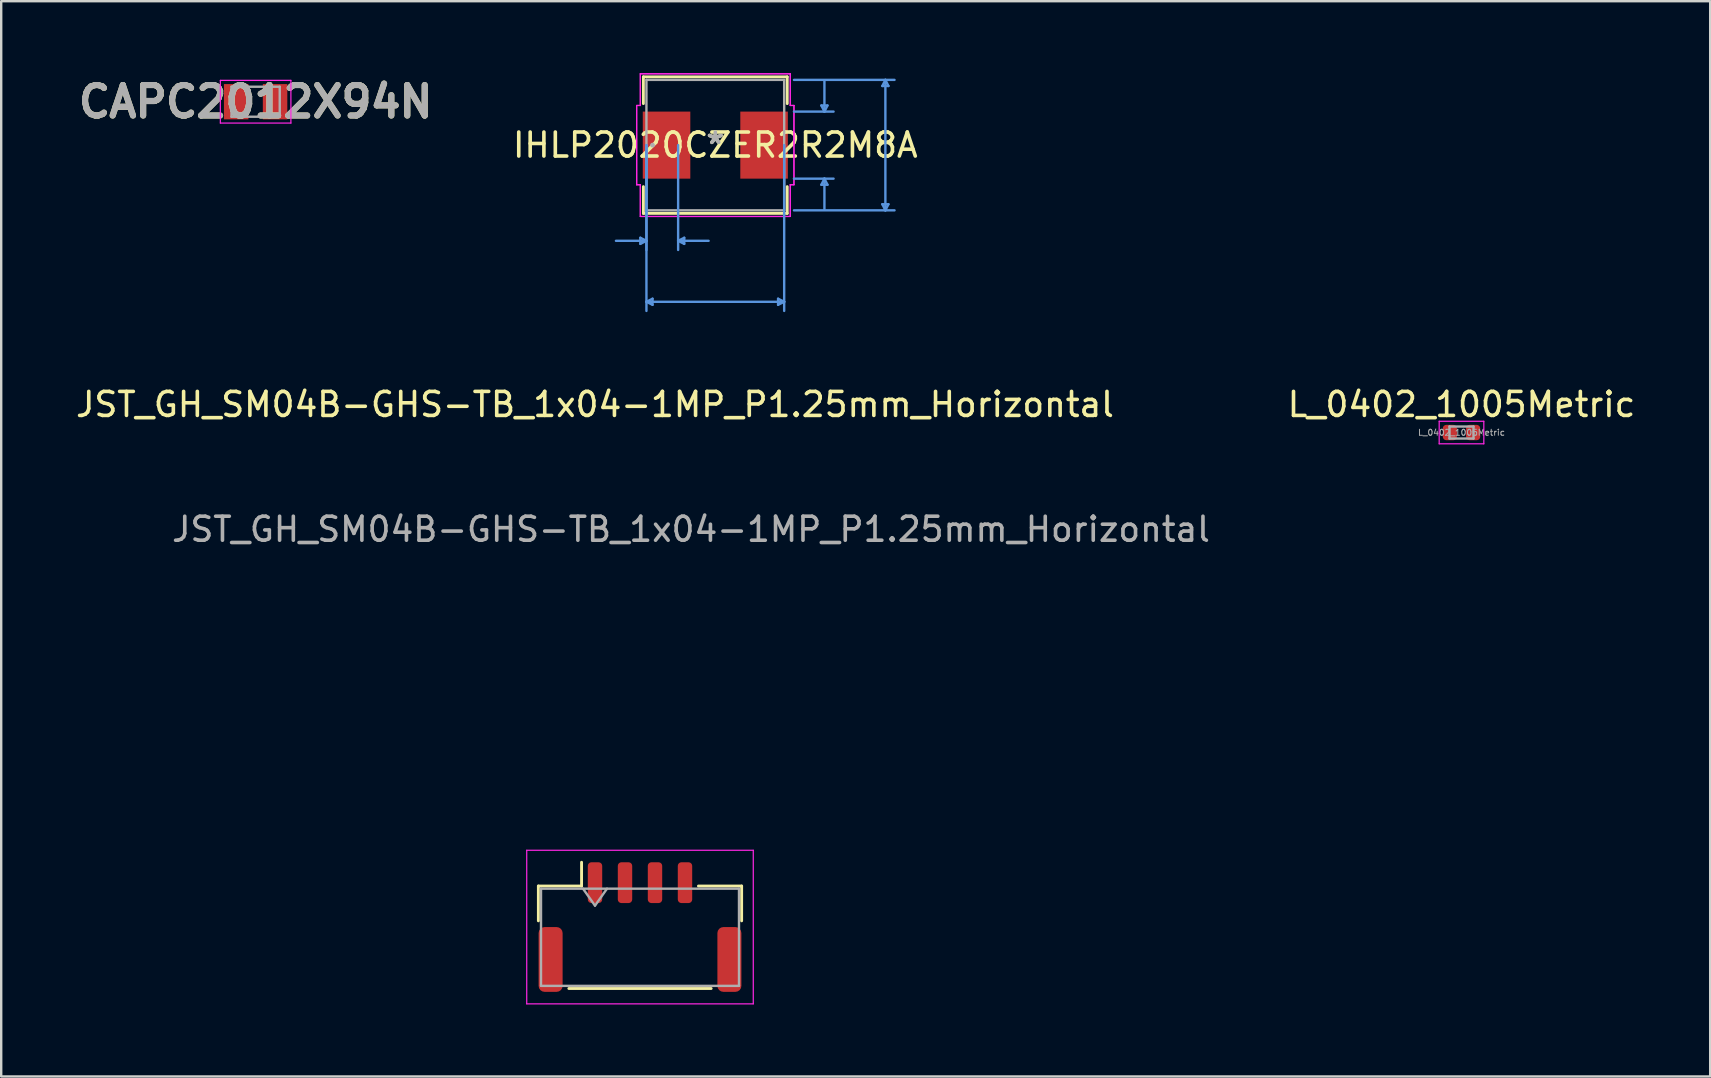
<source format=kicad_pcb>
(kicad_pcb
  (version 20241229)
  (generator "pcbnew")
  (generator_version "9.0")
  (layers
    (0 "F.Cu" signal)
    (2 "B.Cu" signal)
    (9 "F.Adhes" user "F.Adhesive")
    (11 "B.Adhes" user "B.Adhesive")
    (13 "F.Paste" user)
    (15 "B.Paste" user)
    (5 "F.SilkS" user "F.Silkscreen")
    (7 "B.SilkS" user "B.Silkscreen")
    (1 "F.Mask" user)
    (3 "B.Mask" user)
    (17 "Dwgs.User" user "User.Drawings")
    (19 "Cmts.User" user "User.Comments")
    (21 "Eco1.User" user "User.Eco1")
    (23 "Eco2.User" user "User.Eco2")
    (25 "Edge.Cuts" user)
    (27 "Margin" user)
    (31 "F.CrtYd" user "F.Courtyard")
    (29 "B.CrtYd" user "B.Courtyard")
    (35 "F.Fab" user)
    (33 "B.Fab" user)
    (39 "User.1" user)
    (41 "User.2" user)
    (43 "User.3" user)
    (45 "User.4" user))
  (footprint "JST_GH_SM04B-GHS-TB_1x04-1MP_P1.25mm_Horizontal"
    (layer "F.Cu")
    (at 23.619 35.581)
    (property "Reference" "JST_GH_SM04B-GHS-TB_1x04-1MP_P1.25mm_Horizontal" (at -1.875 -21.777 0) (layer "F.SilkS") (effects (font (size 1 1) (thickness 0.15))))
    (attr smd)
    (fp_line (start -4.235 -1.71) (end -2.435 -1.71) (stroke (width 0.12) (type solid)) (layer "F.SilkS"))
    (fp_line (start -4.235 -0.26) (end -4.235 -1.71) (stroke (width 0.12) (type solid)) (layer "F.SilkS"))
    (fp_line (start -2.965 2.56) (end 2.965 2.56) (stroke (width 0.12) (type solid)) (layer "F.SilkS"))
    (fp_line (start -2.435 -1.71) (end -2.435 -2.7) (stroke (width 0.12) (type solid)) (layer "F.SilkS"))
    (fp_line (start 4.235 -1.71) (end 2.435 -1.71) (stroke (width 0.12) (type solid)) (layer "F.SilkS"))
    (fp_line (start 4.235 -0.26) (end 4.235 -1.71) (stroke (width 0.12) (type solid)) (layer "F.SilkS"))
    (fp_line (start -4.72 -3.2) (end -4.72 3.2) (stroke (width 0.05) (type solid)) (layer "F.CrtYd"))
    (fp_line (start -4.72 3.2) (end 4.72 3.2) (stroke (width 0.05) (type solid)) (layer "F.CrtYd"))
    (fp_line (start 4.72 -3.2) (end -4.72 -3.2) (stroke (width 0.05) (type solid)) (layer "F.CrtYd"))
    (fp_line (start 4.72 3.2) (end 4.72 -3.2) (stroke (width 0.05) (type solid)) (layer "F.CrtYd"))
    (fp_line (start -4.125 -1.6) (end -4.125 2.45) (stroke (width 0.1) (type solid)) (layer "F.Fab"))
    (fp_line (start -4.125 -1.6) (end 4.125 -1.6) (stroke (width 0.1) (type solid)) (layer "F.Fab"))
    (fp_line (start -4.125 2.45) (end 4.125 2.45) (stroke (width 0.1) (type solid)) (layer "F.Fab"))
    (fp_line (start -2.375 -1.6) (end -1.875 -0.893) (stroke (width 0.1) (type solid)) (layer "F.Fab"))
    (fp_line (start -1.875 -0.893) (end -1.375 -1.6) (stroke (width 0.1) (type solid)) (layer "F.Fab"))
    (fp_line (start 4.125 -1.6) (end 4.125 2.45) (stroke (width 0.1) (type solid)) (layer "F.Fab"))
    (fp_text user "${REFERENCE}" (at 2.125 -16.575 0) (layer "F.Fab") (effects (font (size 1 1) (thickness 0.15))))
    (pad "1" smd roundrect (at -1.875 -1.85 180) (size 0.6 1.7) (layers "F.Cu" "F.Mask" "F.Paste") (roundrect_rratio 0.25))
    (pad "2" smd roundrect (at -0.625 -1.85 180) (size 0.6 1.7) (layers "F.Cu" "F.Mask" "F.Paste") (roundrect_rratio 0.25))
    (pad "3" smd roundrect (at 0.625 -1.85 180) (size 0.6 1.7) (layers "F.Cu" "F.Mask" "F.Paste") (roundrect_rratio 0.25))
    (pad "4" smd roundrect (at 1.875 -1.85 180) (size 0.6 1.7) (layers "F.Cu" "F.Mask" "F.Paste") (roundrect_rratio 0.25))
    (pad "MP" smd roundrect (at -3.725 1.35 180) (size 1 2.7) (layers "F.Cu" "F.Mask" "F.Paste") (roundrect_rratio 0.25))
    (pad "MP" smd roundrect (at 3.725 1.35 180) (size 1 2.7) (layers "F.Cu" "F.Mask" "F.Paste") (roundrect_rratio 0.25)))
  (footprint "IHLP2020CZER2R2M8A"
    (layer "F.Cu")
    (at 26.757 2.997)
    (property "Reference" "IHLP2020CZER2R2M8A" (at 0 0 180) (layer "F.SilkS") (effects (font (size 1 1) (thickness 0.15))))
    (attr through_hole)
    (fp_line (start -2.997 -2.845) (end -2.997 -1.73) (stroke (width 0.12) (type solid)) (layer "F.SilkS"))
    (fp_line (start -2.997 1.73) (end -2.997 2.845) (stroke (width 0.12) (type solid)) (layer "F.SilkS"))
    (fp_line (start -2.997 2.845) (end 2.997 2.845) (stroke (width 0.12) (type solid)) (layer "F.SilkS"))
    (fp_line (start 2.997 -2.845) (end -2.997 -2.845) (stroke (width 0.12) (type solid)) (layer "F.SilkS"))
    (fp_line (start 2.997 -1.73) (end 2.997 -2.845) (stroke (width 0.12) (type solid)) (layer "F.SilkS"))
    (fp_line (start 2.997 2.845) (end 2.997 1.73) (stroke (width 0.12) (type solid)) (layer "F.SilkS"))
    (fp_line (start -3.124 3.861) (end -3.124 4.115) (stroke (width 0.1) (type solid)) (layer "Cmts.User"))
    (fp_line (start -2.87 0) (end -2.87 4.369) (stroke (width 0.1) (type solid)) (layer "Cmts.User"))
    (fp_line (start -2.87 0) (end -2.87 6.909) (stroke (width 0.1) (type solid)) (layer "Cmts.User"))
    (fp_line (start -2.87 3.988) (end -4.14 3.988) (stroke (width 0.1) (type solid)) (layer "Cmts.User"))
    (fp_line (start -2.87 3.988) (end -3.124 3.861) (stroke (width 0.1) (type solid)) (layer "Cmts.User"))
    (fp_line (start -2.87 3.988) (end -3.124 4.115) (stroke (width 0.1) (type solid)) (layer "Cmts.User"))
    (fp_line (start -2.87 6.528) (end -2.616 6.401) (stroke (width 0.1) (type solid)) (layer "Cmts.User"))
    (fp_line (start -2.87 6.528) (end -2.616 6.655) (stroke (width 0.1) (type solid)) (layer "Cmts.User"))
    (fp_line (start -2.87 6.528) (end 2.87 6.528) (stroke (width 0.1) (type solid)) (layer "Cmts.User"))
    (fp_line (start -2.616 6.401) (end -2.616 6.655) (stroke (width 0.1) (type solid)) (layer "Cmts.User"))
    (fp_line (start -1.549 0) (end -1.549 4.369) (stroke (width 0.1) (type solid)) (layer "Cmts.User"))
    (fp_line (start -1.549 3.988) (end -1.295 3.861) (stroke (width 0.1) (type solid)) (layer "Cmts.User"))
    (fp_line (start -1.549 3.988) (end -1.295 4.115) (stroke (width 0.1) (type solid)) (layer "Cmts.User"))
    (fp_line (start -1.549 3.988) (end -0.279 3.988) (stroke (width 0.1) (type solid)) (layer "Cmts.User"))
    (fp_line (start -1.295 3.861) (end -1.295 4.115) (stroke (width 0.1) (type solid)) (layer "Cmts.User"))
    (fp_line (start 2.616 6.401) (end 2.616 6.655) (stroke (width 0.1) (type solid)) (layer "Cmts.User"))
    (fp_line (start 2.87 0) (end 2.87 6.909) (stroke (width 0.1) (type solid)) (layer "Cmts.User"))
    (fp_line (start 2.87 6.528) (end 2.616 6.401) (stroke (width 0.1) (type solid)) (layer "Cmts.User"))
    (fp_line (start 2.87 6.528) (end 2.616 6.655) (stroke (width 0.1) (type solid)) (layer "Cmts.User"))
    (fp_line (start 3.277 -2.718) (end 7.468 -2.718) (stroke (width 0.1) (type solid)) (layer "Cmts.User"))
    (fp_line (start 3.277 -1.397) (end 4.928 -1.397) (stroke (width 0.1) (type solid)) (layer "Cmts.User"))
    (fp_line (start 3.277 1.397) (end 4.928 1.397) (stroke (width 0.1) (type solid)) (layer "Cmts.User"))
    (fp_line (start 3.277 2.718) (end 7.468 2.718) (stroke (width 0.1) (type solid)) (layer "Cmts.User"))
    (fp_line (start 4.42 -1.651) (end 4.674 -1.651) (stroke (width 0.1) (type solid)) (layer "Cmts.User"))
    (fp_line (start 4.42 1.651) (end 4.674 1.651) (stroke (width 0.1) (type solid)) (layer "Cmts.User"))
    (fp_line (start 4.547 -1.397) (end 4.42 -1.651) (stroke (width 0.1) (type solid)) (layer "Cmts.User"))
    (fp_line (start 4.547 -1.397) (end 4.547 -2.667) (stroke (width 0.1) (type solid)) (layer "Cmts.User"))
    (fp_line (start 4.547 -1.397) (end 4.674 -1.651) (stroke (width 0.1) (type solid)) (layer "Cmts.User"))
    (fp_line (start 4.547 1.397) (end 4.42 1.651) (stroke (width 0.1) (type solid)) (layer "Cmts.User"))
    (fp_line (start 4.547 1.397) (end 4.547 2.667) (stroke (width 0.1) (type solid)) (layer "Cmts.User"))
    (fp_line (start 4.547 1.397) (end 4.674 1.651) (stroke (width 0.1) (type solid)) (layer "Cmts.User"))
    (fp_line (start 6.96 -2.464) (end 7.214 -2.464) (stroke (width 0.1) (type solid)) (layer "Cmts.User"))
    (fp_line (start 6.96 2.464) (end 7.214 2.464) (stroke (width 0.1) (type solid)) (layer "Cmts.User"))
    (fp_line (start 7.087 -2.718) (end 6.96 -2.464) (stroke (width 0.1) (type solid)) (layer "Cmts.User"))
    (fp_line (start 7.087 -2.718) (end 7.087 2.718) (stroke (width 0.1) (type solid)) (layer "Cmts.User"))
    (fp_line (start 7.087 -2.718) (end 7.214 -2.464) (stroke (width 0.1) (type solid)) (layer "Cmts.User"))
    (fp_line (start 7.087 2.718) (end 6.96 2.464) (stroke (width 0.1) (type solid)) (layer "Cmts.User"))
    (fp_line (start 7.087 2.718) (end 7.214 2.464) (stroke (width 0.1) (type solid)) (layer "Cmts.User"))
    (fp_line (start -3.277 -1.651) (end -3.124 -1.651) (stroke (width 0.05) (type solid)) (layer "F.CrtYd"))
    (fp_line (start -3.277 -1.651) (end -3.124 -1.651) (stroke (width 0.05) (type solid)) (layer "F.CrtYd"))
    (fp_line (start -3.277 1.651) (end -3.277 -1.651) (stroke (width 0.05) (type solid)) (layer "F.CrtYd"))
    (fp_line (start -3.277 1.651) (end -3.277 -1.651) (stroke (width 0.05) (type solid)) (layer "F.CrtYd"))
    (fp_line (start -3.124 -2.972) (end 3.124 -2.972) (stroke (width 0.05) (type solid)) (layer "F.CrtYd"))
    (fp_line (start -3.124 -2.972) (end 3.124 -2.972) (stroke (width 0.05) (type solid)) (layer "F.CrtYd"))
    (fp_line (start -3.124 -1.651) (end -3.124 -2.972) (stroke (width 0.05) (type solid)) (layer "F.CrtYd"))
    (fp_line (start -3.124 -1.651) (end -3.124 -2.972) (stroke (width 0.05) (type solid)) (layer "F.CrtYd"))
    (fp_line (start -3.124 1.651) (end -3.277 1.651) (stroke (width 0.05) (type solid)) (layer "F.CrtYd"))
    (fp_line (start -3.124 1.651) (end -3.277 1.651) (stroke (width 0.05) (type solid)) (layer "F.CrtYd"))
    (fp_line (start -3.124 2.972) (end -3.124 1.651) (stroke (width 0.05) (type solid)) (layer "F.CrtYd"))
    (fp_line (start -3.124 2.972) (end -3.124 1.651) (stroke (width 0.05) (type solid)) (layer "F.CrtYd"))
    (fp_line (start 3.124 -2.972) (end 3.124 -1.651) (stroke (width 0.05) (type solid)) (layer "F.CrtYd"))
    (fp_line (start 3.124 -2.972) (end 3.124 -1.651) (stroke (width 0.05) (type solid)) (layer "F.CrtYd"))
    (fp_line (start 3.124 -1.651) (end 3.277 -1.651) (stroke (width 0.05) (type solid)) (layer "F.CrtYd"))
    (fp_line (start 3.124 -1.651) (end 3.277 -1.651) (stroke (width 0.05) (type solid)) (layer "F.CrtYd"))
    (fp_line (start 3.124 1.651) (end 3.124 2.972) (stroke (width 0.05) (type solid)) (layer "F.CrtYd"))
    (fp_line (start 3.124 1.651) (end 3.124 2.972) (stroke (width 0.05) (type solid)) (layer "F.CrtYd"))
    (fp_line (start 3.124 2.972) (end -3.124 2.972) (stroke (width 0.05) (type solid)) (layer "F.CrtYd"))
    (fp_line (start 3.124 2.972) (end -3.124 2.972) (stroke (width 0.05) (type solid)) (layer "F.CrtYd"))
    (fp_line (start 3.277 -1.651) (end 3.277 1.651) (stroke (width 0.05) (type solid)) (layer "F.CrtYd"))
    (fp_line (start 3.277 -1.651) (end 3.277 1.651) (stroke (width 0.05) (type solid)) (layer "F.CrtYd"))
    (fp_line (start 3.277 1.651) (end 3.124 1.651) (stroke (width 0.05) (type solid)) (layer "F.CrtYd"))
    (fp_line (start 3.277 1.651) (end 3.124 1.651) (stroke (width 0.05) (type solid)) (layer "F.CrtYd"))
    (fp_line (start -2.87 -2.718) (end -2.87 2.718) (stroke (width 0.1) (type solid)) (layer "F.Fab"))
    (fp_line (start -2.87 2.718) (end 2.87 2.718) (stroke (width 0.1) (type solid)) (layer "F.Fab"))
    (fp_line (start 2.87 -2.718) (end -2.87 -2.718) (stroke (width 0.1) (type solid)) (layer "F.Fab"))
    (fp_line (start 2.87 2.718) (end 2.87 -2.718) (stroke (width 0.1) (type solid)) (layer "F.Fab"))
    (fp_circle (center -2.616 0) (end -2.616 0) (stroke (width 0.1) (type solid)) (fill no) (layer "F.Fab"))
    (fp_text user "*" (at 0 0 180) (layer "F.SilkS") (effects (font (size 1 1) (thickness 0.15))))
    (fp_text user "Copyright 2021 Accelerated Designs. All rights reserved." (at 0 0 180) (layer "Cmts.User") (effects (font (size 0.127 0.127) (thickness 0.002))))
    (fp_text user "*" (at 0 0 180) (layer "F.Fab") (effects (font (size 1 1) (thickness 0.15))))
    (pad "1" smd rect (at -2.032 0 90) (size 2.794 1.981) (layers "F.Cu" "F.Mask" "F.Paste"))
    (pad "2" smd rect (at 2.032 0 90) (size 2.794 1.981) (layers "F.Cu" "F.Mask" "F.Paste")))
  (footprint "CAPC2012X94N"
    (layer "F.Cu")
    (at 7.602 1.189)
    (property "Reference" "CAPC2012X94N" (at 0 0 0) (layer "F.SilkS") (effects (font (size 1.27 1.27) (thickness 0.254))))
    (attr smd)
    (fp_line (start -1.47 -0.89) (end 1.47 -0.89) (stroke (width 0.05) (type solid)) (layer "F.CrtYd"))
    (fp_line (start -1.47 0.89) (end -1.47 -0.89) (stroke (width 0.05) (type solid)) (layer "F.CrtYd"))
    (fp_line (start 1.47 -0.89) (end 1.47 0.89) (stroke (width 0.05) (type solid)) (layer "F.CrtYd"))
    (fp_line (start 1.47 0.89) (end -1.47 0.89) (stroke (width 0.05) (type solid)) (layer "F.CrtYd"))
    (fp_line (start -1.005 -0.625) (end 1.005 -0.625) (stroke (width 0.1) (type solid)) (layer "F.Fab"))
    (fp_line (start -1.005 0.625) (end -1.005 -0.625) (stroke (width 0.1) (type solid)) (layer "F.Fab"))
    (fp_line (start 1.005 -0.625) (end 1.005 0.625) (stroke (width 0.1) (type solid)) (layer "F.Fab"))
    (fp_line (start 1.005 0.625) (end -1.005 0.625) (stroke (width 0.1) (type solid)) (layer "F.Fab"))
    (fp_text user "${REFERENCE}" (at 0 0 0) (layer "F.Fab") (effects (font (size 1.27 1.27) (thickness 0.254))))
    (pad "1" smd rect (at -0.81 0) (size 1.02 1.47) (layers "F.Cu" "F.Mask" "F.Paste"))
    (pad "2" smd rect (at 0.81 0) (size 1.02 1.47) (layers "F.Cu" "F.Mask" "F.Paste")))
  (footprint "L_0402_1005Metric"
    (layer "F.Cu")
    (at 57.851 14.974)
    (property "Reference" "L_0402_1005Metric" (at 0 -1.17 0) (layer "F.SilkS") (effects (font (size 1 1) (thickness 0.15))))
    (attr smd)
    (fp_line (start -0.93 -0.47) (end 0.93 -0.47) (stroke (width 0.05) (type solid)) (layer "F.CrtYd"))
    (fp_line (start -0.93 0.47) (end -0.93 -0.47) (stroke (width 0.05) (type solid)) (layer "F.CrtYd"))
    (fp_line (start 0.93 -0.47) (end 0.93 0.47) (stroke (width 0.05) (type solid)) (layer "F.CrtYd"))
    (fp_line (start 0.93 0.47) (end -0.93 0.47) (stroke (width 0.05) (type solid)) (layer "F.CrtYd"))
    (fp_line (start -0.5 -0.25) (end 0.5 -0.25) (stroke (width 0.1) (type solid)) (layer "F.Fab"))
    (fp_line (start -0.5 0.25) (end -0.5 -0.25) (stroke (width 0.1) (type solid)) (layer "F.Fab"))
    (fp_line (start 0.5 -0.25) (end 0.5 0.25) (stroke (width 0.1) (type solid)) (layer "F.Fab"))
    (fp_line (start 0.5 0.25) (end -0.5 0.25) (stroke (width 0.1) (type solid)) (layer "F.Fab"))
    (fp_text user "${REFERENCE}" (at 0 0 0) (layer "F.Fab") (effects (font (size 0.25 0.25) (thickness 0.04))))
    (pad "1" smd roundrect (at -0.485 0) (size 0.59 0.64) (layers "F.Cu" "F.Mask" "F.Paste") (roundrect_rratio 0.25))
    (pad "2" smd roundrect (at 0.485 0) (size 0.59 0.64) (layers "F.Cu" "F.Mask" "F.Paste") (roundrect_rratio 0.25)))
  (gr_rect
    (start -3 -3)
    (end 68.214 41.806)
    (stroke (width 0.1) (type default))
    (fill no)
    (layer "Edge.Cuts")))
</source>
